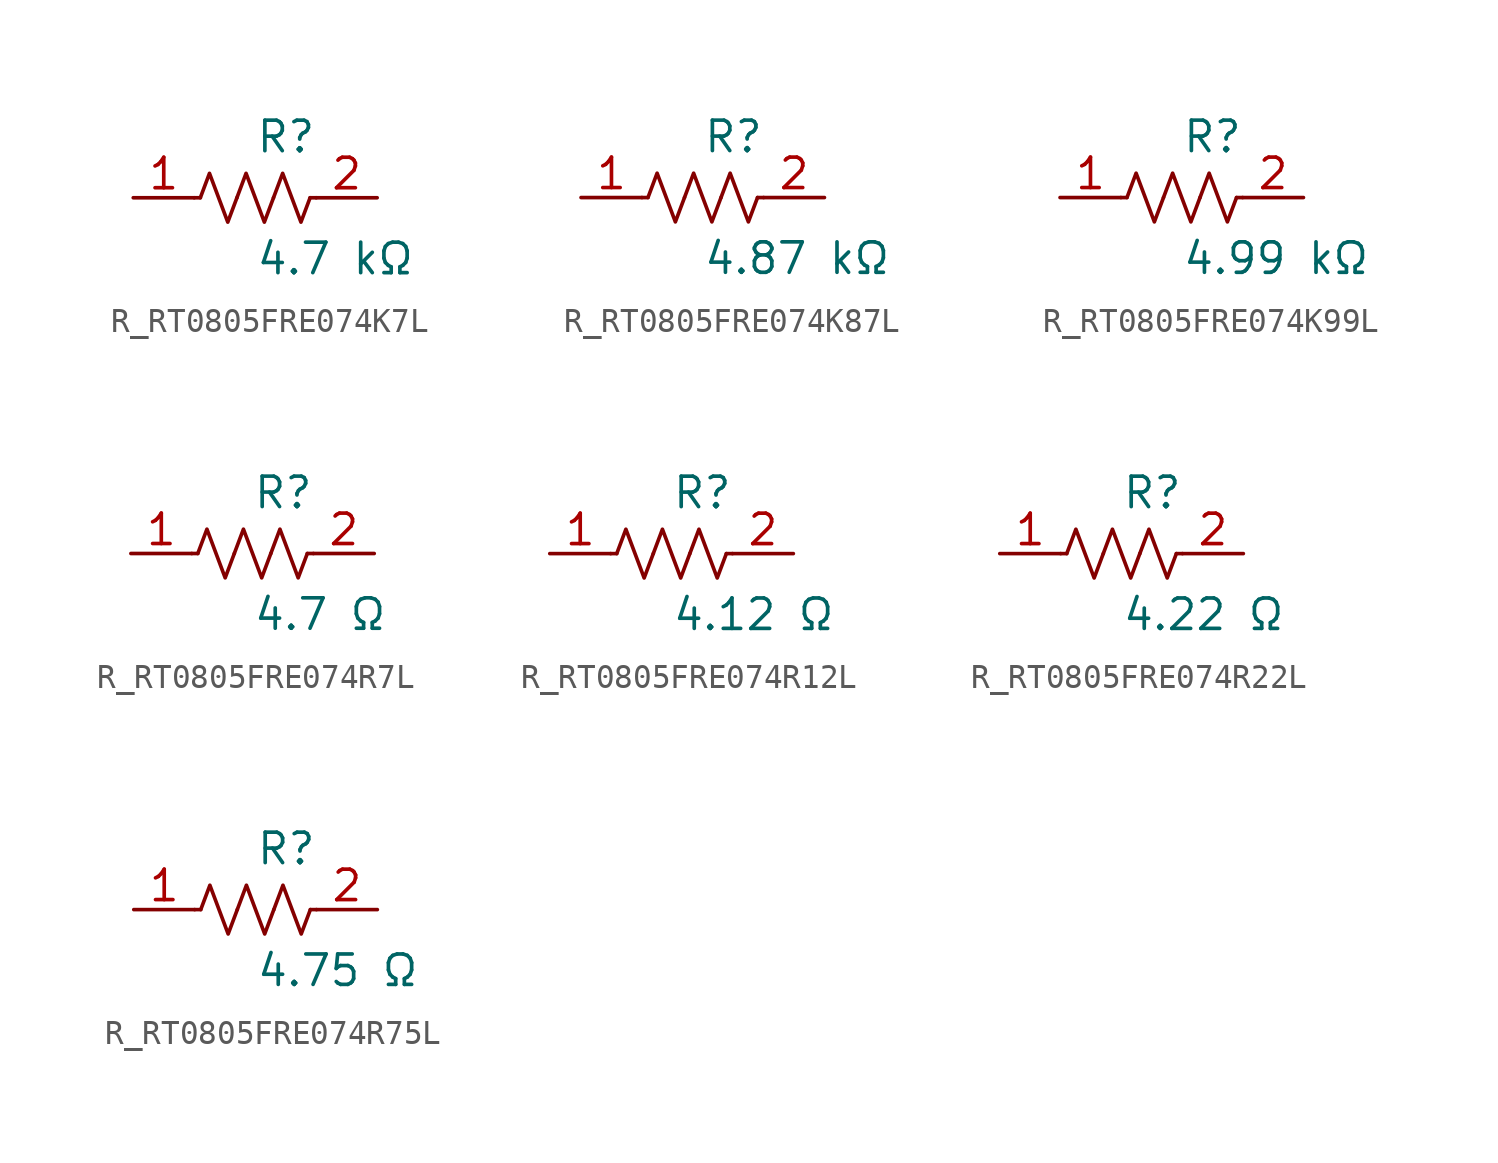
<source format=kicad_sym>
(kicad_symbol_lib
  (version 20231120)
  (generator kicad_symbol_editor)
  (generator_version 8.0)
  (symbol "R_RT0805FRE074K7L"
    (pin_names
      (offset 0.254))
    (property "Reference" "R"
      (at 0 2.54 0)
      (effects (font (size 1.27 1.27)) (justify left)))
    (property "Value" "4.7 kΩ"
      (at 0 -2.54 0)
      (effects (font (size 1.27 1.27)) (justify left)))
    (symbol "R_RT0805FRE074K7L_0_1"
      (polyline (pts (xy 2.286 0) (xy 2.54 0)) (stroke (width 0) (type default)) (fill (type none)))
      (polyline (pts (xy -2.286 0) (xy -2.54 0)) (stroke (width 0) (type default)) (fill (type none)))
      (polyline (pts (xy 0.762 0) (xy 1.143 1.016) (xy 1.524 0) (xy 1.905 -1.016) (xy 2.286 0)) (stroke (width 0) (type default)) (fill (type none)))
      (polyline (pts (xy -0.762 0) (xy -0.381 1.016) (xy 0 0) (xy 0.381 -1.016) (xy 0.762 0)) (stroke (width 0) (type default)) (fill (type none)))
      (polyline (pts (xy -2.286 0) (xy -1.905 1.016) (xy -1.524 0) (xy -1.143 -1.016) (xy -0.762 0)) (stroke (width 0) (type default)) (fill (type none))))
    (pin passive line
      (at -5.08 0 0)
      (length 2.54)
      (name "" (effects (font (size 1.27 1.27))))
      (number "1" (effects (font (size 1.27 1.27)))))
    (pin passive line
      (at 5.08 0 180)
      (length 2.54)
      (name "" (effects (font (size 1.27 1.27))))
      (number "2" (effects (font (size 1.27 1.27))))))
  (symbol "R_RT0805FRE074K87L"
    (pin_names
      (offset 0.254))
    (property "Reference" "R"
      (at 0 2.54 0)
      (effects (font (size 1.27 1.27)) (justify left)))
    (property "Value" "4.87 kΩ"
      (at 0 -2.54 0)
      (effects (font (size 1.27 1.27)) (justify left)))
    (symbol "R_RT0805FRE074K87L_0_1"
      (polyline (pts (xy 2.286 0) (xy 2.54 0)) (stroke (width 0) (type default)) (fill (type none)))
      (polyline (pts (xy -2.286 0) (xy -2.54 0)) (stroke (width 0) (type default)) (fill (type none)))
      (polyline (pts (xy 0.762 0) (xy 1.143 1.016) (xy 1.524 0) (xy 1.905 -1.016) (xy 2.286 0)) (stroke (width 0) (type default)) (fill (type none)))
      (polyline (pts (xy -0.762 0) (xy -0.381 1.016) (xy 0 0) (xy 0.381 -1.016) (xy 0.762 0)) (stroke (width 0) (type default)) (fill (type none)))
      (polyline (pts (xy -2.286 0) (xy -1.905 1.016) (xy -1.524 0) (xy -1.143 -1.016) (xy -0.762 0)) (stroke (width 0) (type default)) (fill (type none))))
    (pin passive line
      (at -5.08 0 0)
      (length 2.54)
      (name "" (effects (font (size 1.27 1.27))))
      (number "1" (effects (font (size 1.27 1.27)))))
    (pin passive line
      (at 5.08 0 180)
      (length 2.54)
      (name "" (effects (font (size 1.27 1.27))))
      (number "2" (effects (font (size 1.27 1.27))))))
  (symbol "R_RT0805FRE074K99L"
    (pin_names
      (offset 0.254))
    (property "Reference" "R"
      (at 0 2.54 0)
      (effects (font (size 1.27 1.27)) (justify left)))
    (property "Value" "4.99 kΩ"
      (at 0 -2.54 0)
      (effects (font (size 1.27 1.27)) (justify left)))
    (symbol "R_RT0805FRE074K99L_0_1"
      (polyline (pts (xy 2.286 0) (xy 2.54 0)) (stroke (width 0) (type default)) (fill (type none)))
      (polyline (pts (xy -2.286 0) (xy -2.54 0)) (stroke (width 0) (type default)) (fill (type none)))
      (polyline (pts (xy 0.762 0) (xy 1.143 1.016) (xy 1.524 0) (xy 1.905 -1.016) (xy 2.286 0)) (stroke (width 0) (type default)) (fill (type none)))
      (polyline (pts (xy -0.762 0) (xy -0.381 1.016) (xy 0 0) (xy 0.381 -1.016) (xy 0.762 0)) (stroke (width 0) (type default)) (fill (type none)))
      (polyline (pts (xy -2.286 0) (xy -1.905 1.016) (xy -1.524 0) (xy -1.143 -1.016) (xy -0.762 0)) (stroke (width 0) (type default)) (fill (type none))))
    (pin passive line
      (at -5.08 0 0)
      (length 2.54)
      (name "" (effects (font (size 1.27 1.27))))
      (number "1" (effects (font (size 1.27 1.27)))))
    (pin passive line
      (at 5.08 0 180)
      (length 2.54)
      (name "" (effects (font (size 1.27 1.27))))
      (number "2" (effects (font (size 1.27 1.27))))))
  (symbol "R_RT0805FRE074R7L"
    (pin_names
      (offset 0.254))
    (property "Reference" "R"
      (at 0 2.54 0)
      (effects (font (size 1.27 1.27)) (justify left)))
    (property "Value" "4.7 Ω"
      (at 0 -2.54 0)
      (effects (font (size 1.27 1.27)) (justify left)))
    (symbol "R_RT0805FRE074R7L_0_1"
      (polyline (pts (xy 2.286 0) (xy 2.54 0)) (stroke (width 0) (type default)) (fill (type none)))
      (polyline (pts (xy -2.286 0) (xy -2.54 0)) (stroke (width 0) (type default)) (fill (type none)))
      (polyline (pts (xy 0.762 0) (xy 1.143 1.016) (xy 1.524 0) (xy 1.905 -1.016) (xy 2.286 0)) (stroke (width 0) (type default)) (fill (type none)))
      (polyline (pts (xy -0.762 0) (xy -0.381 1.016) (xy 0 0) (xy 0.381 -1.016) (xy 0.762 0)) (stroke (width 0) (type default)) (fill (type none)))
      (polyline (pts (xy -2.286 0) (xy -1.905 1.016) (xy -1.524 0) (xy -1.143 -1.016) (xy -0.762 0)) (stroke (width 0) (type default)) (fill (type none))))
    (pin passive line
      (at -5.08 0 0)
      (length 2.54)
      (name "" (effects (font (size 1.27 1.27))))
      (number "1" (effects (font (size 1.27 1.27)))))
    (pin passive line
      (at 5.08 0 180)
      (length 2.54)
      (name "" (effects (font (size 1.27 1.27))))
      (number "2" (effects (font (size 1.27 1.27))))))
  (symbol "R_RT0805FRE074R12L"
    (pin_names
      (offset 0.254))
    (property "Reference" "R"
      (at 0 2.54 0)
      (effects (font (size 1.27 1.27)) (justify left)))
    (property "Value" "4.12 Ω"
      (at 0 -2.54 0)
      (effects (font (size 1.27 1.27)) (justify left)))
    (symbol "R_RT0805FRE074R12L_0_1"
      (polyline (pts (xy 2.286 0) (xy 2.54 0)) (stroke (width 0) (type default)) (fill (type none)))
      (polyline (pts (xy -2.286 0) (xy -2.54 0)) (stroke (width 0) (type default)) (fill (type none)))
      (polyline (pts (xy 0.762 0) (xy 1.143 1.016) (xy 1.524 0) (xy 1.905 -1.016) (xy 2.286 0)) (stroke (width 0) (type default)) (fill (type none)))
      (polyline (pts (xy -0.762 0) (xy -0.381 1.016) (xy 0 0) (xy 0.381 -1.016) (xy 0.762 0)) (stroke (width 0) (type default)) (fill (type none)))
      (polyline (pts (xy -2.286 0) (xy -1.905 1.016) (xy -1.524 0) (xy -1.143 -1.016) (xy -0.762 0)) (stroke (width 0) (type default)) (fill (type none))))
    (pin passive line
      (at -5.08 0 0)
      (length 2.54)
      (name "" (effects (font (size 1.27 1.27))))
      (number "1" (effects (font (size 1.27 1.27)))))
    (pin passive line
      (at 5.08 0 180)
      (length 2.54)
      (name "" (effects (font (size 1.27 1.27))))
      (number "2" (effects (font (size 1.27 1.27))))))
  (symbol "R_RT0805FRE074R22L"
    (pin_names
      (offset 0.254))
    (property "Reference" "R"
      (at 0 2.54 0)
      (effects (font (size 1.27 1.27)) (justify left)))
    (property "Value" "4.22 Ω"
      (at 0 -2.54 0)
      (effects (font (size 1.27 1.27)) (justify left)))
    (symbol "R_RT0805FRE074R22L_0_1"
      (polyline (pts (xy 2.286 0) (xy 2.54 0)) (stroke (width 0) (type default)) (fill (type none)))
      (polyline (pts (xy -2.286 0) (xy -2.54 0)) (stroke (width 0) (type default)) (fill (type none)))
      (polyline (pts (xy 0.762 0) (xy 1.143 1.016) (xy 1.524 0) (xy 1.905 -1.016) (xy 2.286 0)) (stroke (width 0) (type default)) (fill (type none)))
      (polyline (pts (xy -0.762 0) (xy -0.381 1.016) (xy 0 0) (xy 0.381 -1.016) (xy 0.762 0)) (stroke (width 0) (type default)) (fill (type none)))
      (polyline (pts (xy -2.286 0) (xy -1.905 1.016) (xy -1.524 0) (xy -1.143 -1.016) (xy -0.762 0)) (stroke (width 0) (type default)) (fill (type none))))
    (pin passive line
      (at -5.08 0 0)
      (length 2.54)
      (name "" (effects (font (size 1.27 1.27))))
      (number "1" (effects (font (size 1.27 1.27)))))
    (pin passive line
      (at 5.08 0 180)
      (length 2.54)
      (name "" (effects (font (size 1.27 1.27))))
      (number "2" (effects (font (size 1.27 1.27))))))
  (symbol "R_RT0805FRE074R75L"
    (pin_names
      (offset 0.254))
    (property "Reference" "R"
      (at 0 2.54 0)
      (effects (font (size 1.27 1.27)) (justify left)))
    (property "Value" "4.75 Ω"
      (at 0 -2.54 0)
      (effects (font (size 1.27 1.27)) (justify left)))
    (symbol "R_RT0805FRE074R75L_0_1"
      (polyline (pts (xy 2.286 0) (xy 2.54 0)) (stroke (width 0) (type default)) (fill (type none)))
      (polyline (pts (xy -2.286 0) (xy -2.54 0)) (stroke (width 0) (type default)) (fill (type none)))
      (polyline (pts (xy 0.762 0) (xy 1.143 1.016) (xy 1.524 0) (xy 1.905 -1.016) (xy 2.286 0)) (stroke (width 0) (type default)) (fill (type none)))
      (polyline (pts (xy -0.762 0) (xy -0.381 1.016) (xy 0 0) (xy 0.381 -1.016) (xy 0.762 0)) (stroke (width 0) (type default)) (fill (type none)))
      (polyline (pts (xy -2.286 0) (xy -1.905 1.016) (xy -1.524 0) (xy -1.143 -1.016) (xy -0.762 0)) (stroke (width 0) (type default)) (fill (type none))))
    (pin passive line
      (at -5.08 0 0)
      (length 2.54)
      (name "" (effects (font (size 1.27 1.27))))
      (number "1" (effects (font (size 1.27 1.27)))))
    (pin passive line
      (at 5.08 0 180)
      (length 2.54)
      (name "" (effects (font (size 1.27 1.27))))
      (number "2" (effects (font (size 1.27 1.27)))))))
</source>
